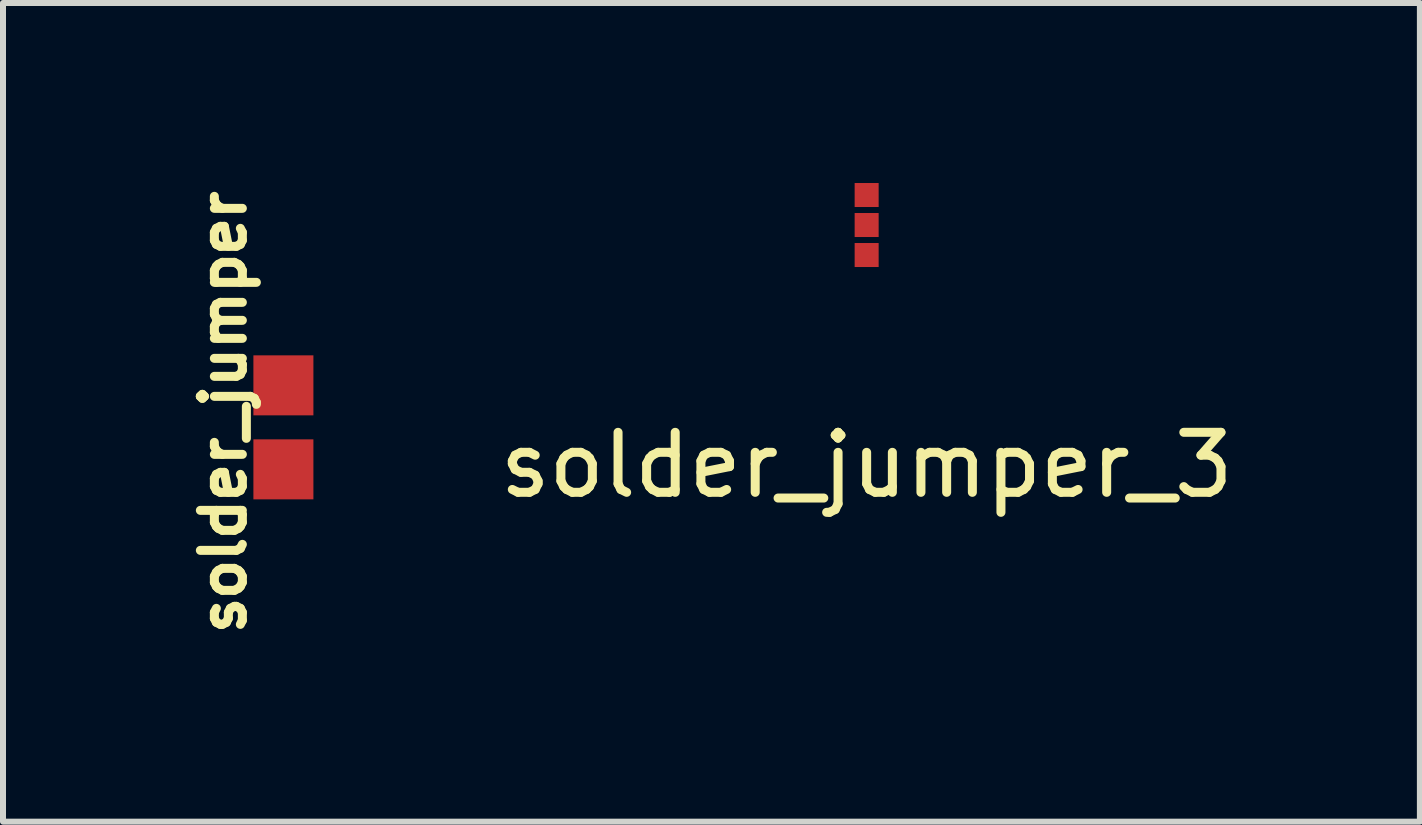
<source format=kicad_pcb>
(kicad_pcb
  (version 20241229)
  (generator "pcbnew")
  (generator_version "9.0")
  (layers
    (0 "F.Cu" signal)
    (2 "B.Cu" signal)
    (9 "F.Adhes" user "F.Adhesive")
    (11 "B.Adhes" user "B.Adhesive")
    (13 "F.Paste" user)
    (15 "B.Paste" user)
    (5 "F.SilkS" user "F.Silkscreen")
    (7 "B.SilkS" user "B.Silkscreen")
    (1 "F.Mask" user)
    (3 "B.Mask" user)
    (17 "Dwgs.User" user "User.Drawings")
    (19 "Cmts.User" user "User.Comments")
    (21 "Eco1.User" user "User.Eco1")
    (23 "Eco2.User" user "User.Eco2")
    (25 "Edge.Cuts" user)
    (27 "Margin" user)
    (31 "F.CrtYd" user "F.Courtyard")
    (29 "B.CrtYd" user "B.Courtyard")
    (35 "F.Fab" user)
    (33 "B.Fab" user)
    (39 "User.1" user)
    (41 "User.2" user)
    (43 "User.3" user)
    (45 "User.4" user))
  (footprint "solder_jumper_3"
    (layer "F.Cu")
    (at 11.393 0.7)
    (property "Reference" "solder_jumper_3" (at 0 4 0) (layer "F.SilkS") (effects (font (size 1 1) (thickness 0.15))))
    (attr through_hole)
    (pad "" smd rect (at 0 0) (size 0.4 1) (layers "F.Mask"))
    (pad "1" smd rect (at 0 -0.5) (size 0.4 0.4) (layers "F.Cu" "F.Mask" "F.Paste"))
    (pad "2" smd rect (at 0 0) (size 0.4 0.4) (layers "F.Cu" "F.Mask" "F.Paste"))
    (pad "3" smd rect (at 0 0.5) (size 0.4 0.4) (layers "F.Cu" "F.Mask" "F.Paste")))
  (footprint "solder_jumper"
    (layer "F.Cu")
    (at 1.673 4.072)
    (property "Reference" "solder_jumper" (at -1 -0.25 90) (layer "F.SilkS") (effects (font (size 0.7 0.7) (thickness 0.15))))
    (attr exclude_from_pos_files exclude_from_bom)
    (pad "" smd rect (at 0 0) (size 1 1) (layers "F.Mask"))
    (pad "1" smd rect (at 0 -0.7) (size 1 1) (layers "F.Cu" "F.Mask" "F.Paste"))
    (pad "2" smd rect (at 0 0.7) (size 1 1) (layers "F.Cu" "F.Mask" "F.Paste")))
  (gr_rect
    (start -3 -3)
    (end 20.613 10.643)
    (stroke (width 0.1) (type default))
    (fill no)
    (layer "Edge.Cuts")))
</source>
